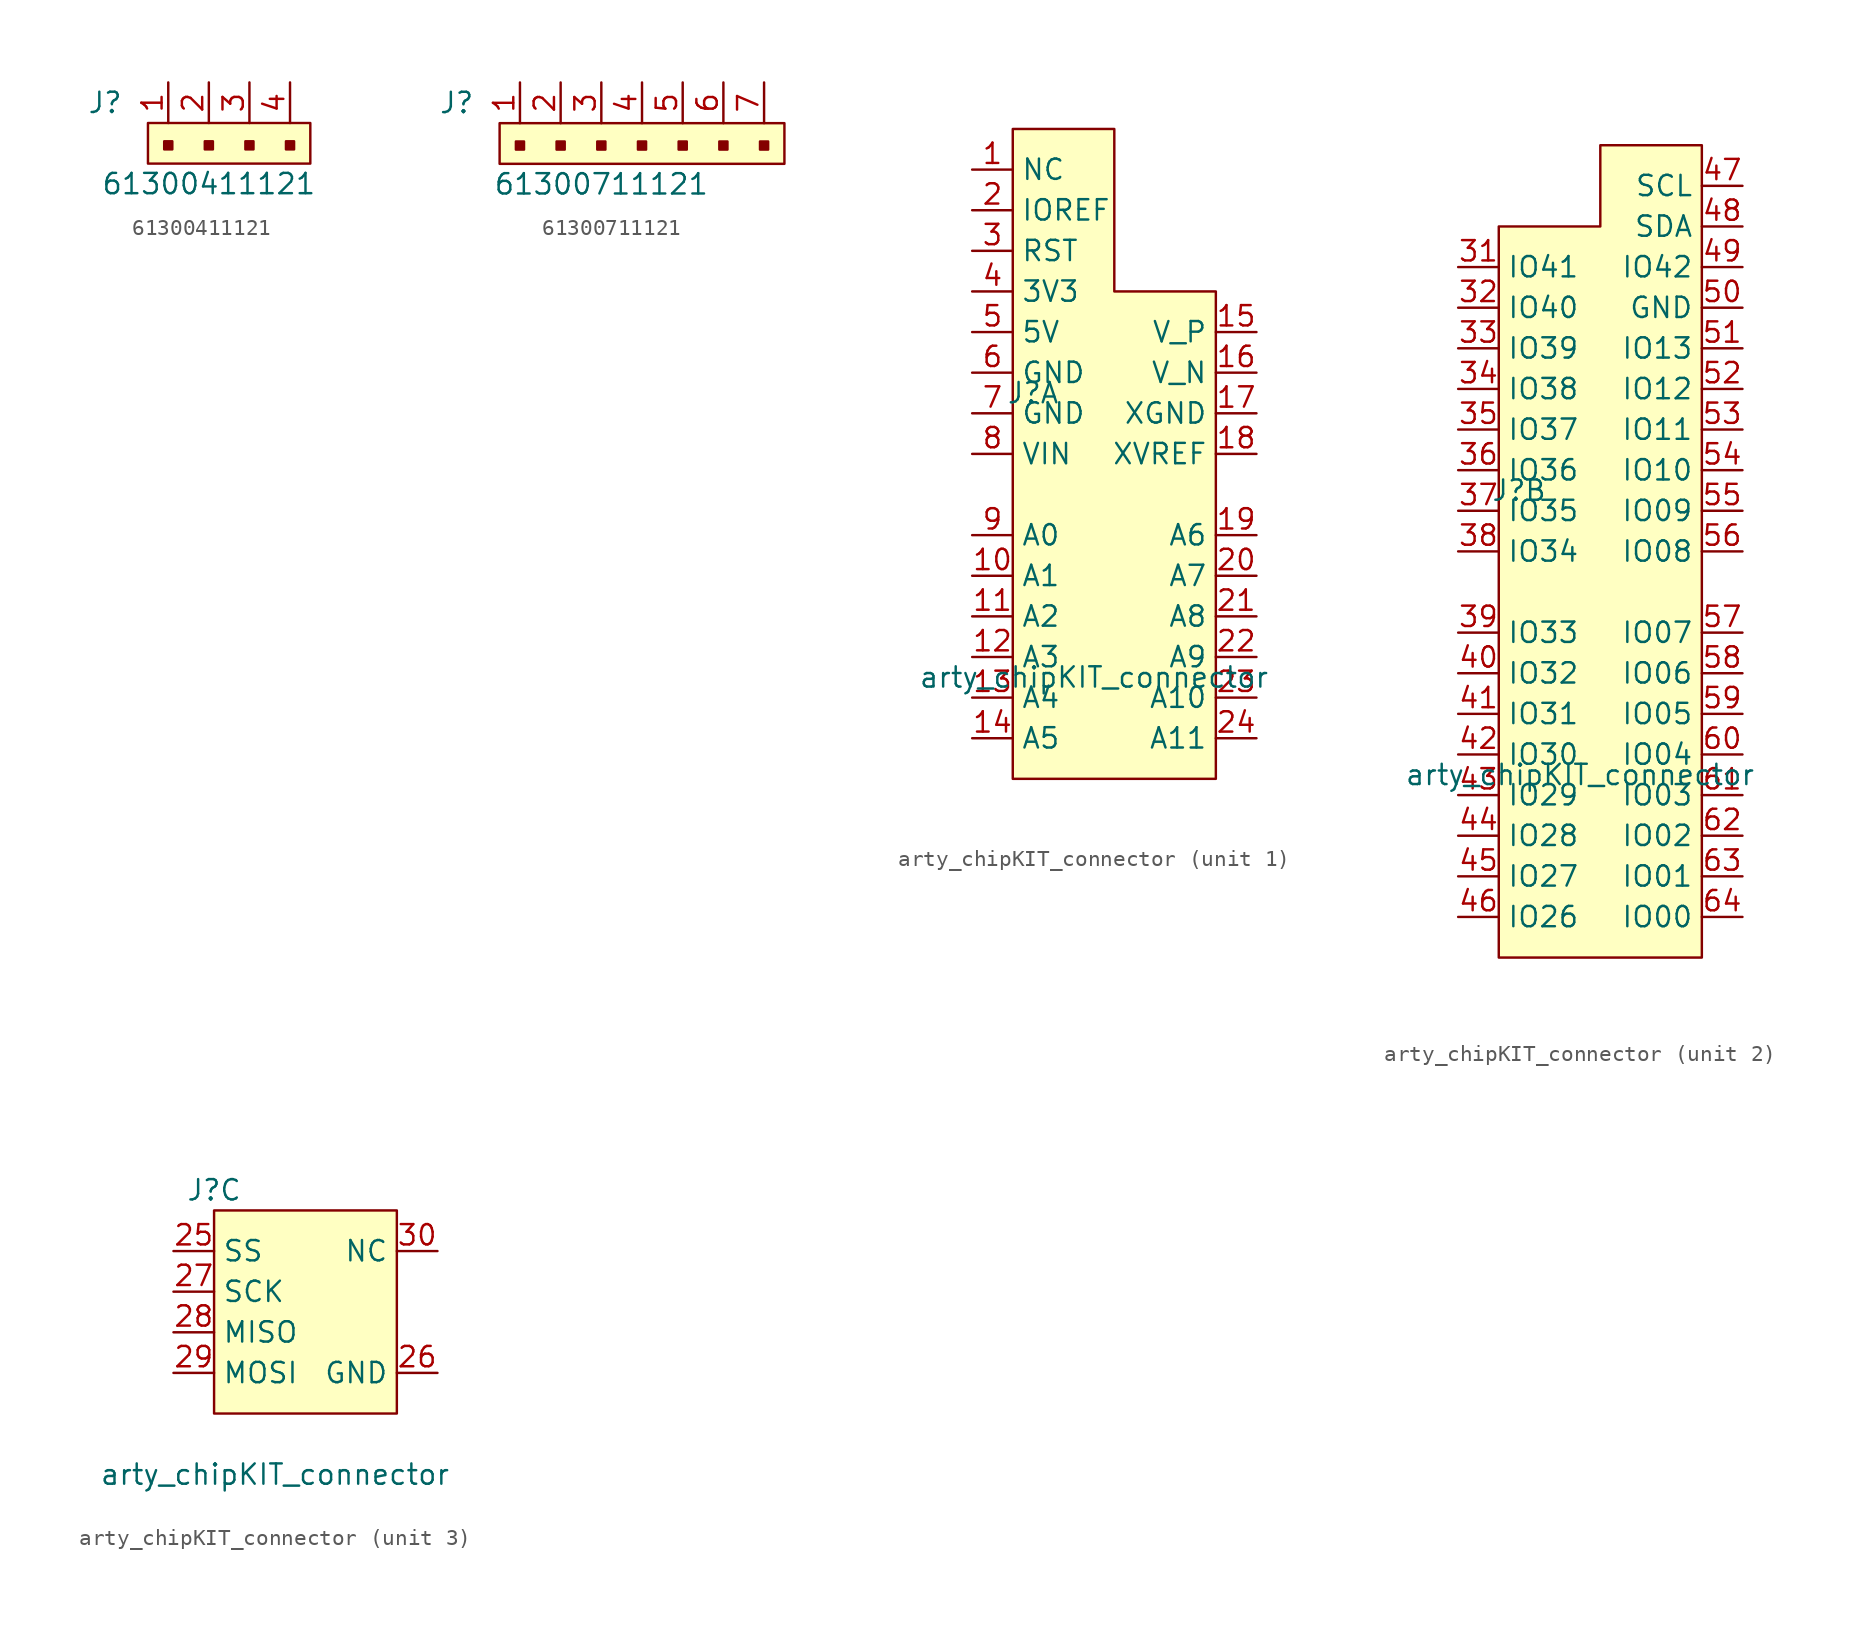
<source format=kicad_sym>
(kicad_symbol_lib
  (version 20211014)
  (generator kicad_symbol_editor)
  (symbol "61300411121"
    (pin_names
      (offset 1.016))
    (property "Reference" "J"
      (at -5.08 2.54 0)
      (effects (font (size 1.27 1.27)) (justify left)))
    (property "Value" "61300411121"
      (at 2.54 -2.54 0)
      (effects (font (size 1.27 1.27))))
    (symbol "61300411121_0_1"
      (rectangle (start -1.27 1.27) (end 8.89 -1.27) (stroke (width 0) (type default) (color 0 0 0 0)) (fill (type background))))
    (symbol "61300411121_1_1"
      (rectangle (start -0.254 0.127) (end 0.254 -0.381) (stroke (width 0) (type default) (color 0 0 0 0)) (fill (type outline)))
      (rectangle (start 2.286 0.127) (end 2.794 -0.381) (stroke (width 0) (type default) (color 0 0 0 0)) (fill (type outline)))
      (rectangle (start 4.826 0.127) (end 5.334 -0.381) (stroke (width 0) (type default) (color 0 0 0 0)) (fill (type outline)))
      (rectangle (start 7.366 0.127) (end 7.874 -0.381) (stroke (width 0) (type default) (color 0 0 0 0)) (fill (type outline)))
      (pin passive line (at 0 3.81 270) (length 2.54) (name "~" (effects (font (size 1.27 1.27)))) (number "1" (effects (font (size 1.27 1.27)))))
      (pin passive line (at 2.54 3.81 270) (length 2.54) (name "~" (effects (font (size 1.27 1.27)))) (number "2" (effects (font (size 1.27 1.27)))))
      (pin passive line (at 5.08 3.81 270) (length 2.54) (name "~" (effects (font (size 1.27 1.27)))) (number "3" (effects (font (size 1.27 1.27)))))
      (pin passive line (at 7.62 3.81 270) (length 2.54) (name "~" (effects (font (size 1.27 1.27)))) (number "4" (effects (font (size 1.27 1.27)))))))
  (symbol "61300711121"
    (pin_names
      (offset 1.016))
    (property "Reference" "J"
      (at -5.08 2.54 0)
      (effects (font (size 1.27 1.27)) (justify left)))
    (property "Value" "61300711121"
      (at 5.08 -2.54 0)
      (effects (font (size 1.27 1.27))))
    (symbol "61300711121_0_1"
      (rectangle (start -1.27 1.27) (end 16.51 -1.27) (stroke (width 0) (type default) (color 0 0 0 0)) (fill (type background))))
    (symbol "61300711121_1_1"
      (rectangle (start -0.254 0.127) (end 0.254 -0.381) (stroke (width 0) (type default) (color 0 0 0 0)) (fill (type outline)))
      (rectangle (start 2.286 0.127) (end 2.794 -0.381) (stroke (width 0) (type default) (color 0 0 0 0)) (fill (type outline)))
      (rectangle (start 4.826 0.127) (end 5.334 -0.381) (stroke (width 0) (type default) (color 0 0 0 0)) (fill (type outline)))
      (rectangle (start 7.366 0.127) (end 7.874 -0.381) (stroke (width 0) (type default) (color 0 0 0 0)) (fill (type outline)))
      (rectangle (start 9.906 0.127) (end 10.414 -0.381) (stroke (width 0) (type default) (color 0 0 0 0)) (fill (type outline)))
      (rectangle (start 12.446 0.127) (end 12.954 -0.381) (stroke (width 0) (type default) (color 0 0 0 0)) (fill (type outline)))
      (rectangle (start 14.986 0.127) (end 15.494 -0.381) (stroke (width 0) (type default) (color 0 0 0 0)) (fill (type outline)))
      (pin passive line (at 0 3.81 270) (length 2.54) (name "~" (effects (font (size 1.27 1.27)))) (number "1" (effects (font (size 1.27 1.27)))))
      (pin passive line (at 2.54 3.81 270) (length 2.54) (name "~" (effects (font (size 1.27 1.27)))) (number "2" (effects (font (size 1.27 1.27)))))
      (pin passive line (at 5.08 3.81 270) (length 2.54) (name "~" (effects (font (size 1.27 1.27)))) (number "3" (effects (font (size 1.27 1.27)))))
      (pin passive line (at 7.62 3.81 270) (length 2.54) (name "~" (effects (font (size 1.27 1.27)))) (number "4" (effects (font (size 1.27 1.27)))))
      (pin passive line (at 10.16 3.81 270) (length 2.54) (name "~" (effects (font (size 1.27 1.27)))) (number "5" (effects (font (size 1.27 1.27)))))
      (pin passive line (at 12.7 3.81 270) (length 2.54) (name "~" (effects (font (size 1.27 1.27)))) (number "6" (effects (font (size 1.27 1.27)))))
      (pin passive line (at 15.24 3.81 270) (length 2.54) (name "~" (effects (font (size 1.27 1.27)))) (number "7" (effects (font (size 1.27 1.27)))))))
  (symbol "arty_chipKIT_connector"
    (property "Reference" "J"
      (at -5.08 6.35 0)
      (effects (font (size 1.27 1.27))))
    (property "Value" "arty_chipKIT_connector"
      (at -1.27 -11.43 0)
      (effects (font (size 1.27 1.27))))
    (property "ki_locked" ""
      (at 0 0 0)
      (effects (font (size 1.27 1.27))))
    (symbol "arty_chipKIT_connector_1_1"
      (polyline (pts (xy -6.35 22.86) (xy 0 22.86) (xy 0 12.7) (xy 6.35 12.7) (xy 6.35 -17.78) (xy -6.35 -17.78) (xy -6.35 22.86)) (stroke (width 0) (type default) (color 0 0 0 0)) (fill (type background)))
      (pin input line (at -8.89 20.32 0) (length 2.54) (name "NC" (effects (font (size 1.27 1.27)))) (number "1" (effects (font (size 1.27 1.27)))))
      (pin input line (at -8.89 -5.08 0) (length 2.54) (name "A1" (effects (font (size 1.27 1.27)))) (number "10" (effects (font (size 1.27 1.27)))))
      (pin input line (at -8.89 -7.62 0) (length 2.54) (name "A2" (effects (font (size 1.27 1.27)))) (number "11" (effects (font (size 1.27 1.27)))))
      (pin input line (at -8.89 -10.16 0) (length 2.54) (name "A3" (effects (font (size 1.27 1.27)))) (number "12" (effects (font (size 1.27 1.27)))))
      (pin input line (at -8.89 -12.7 0) (length 2.54) (name "A4" (effects (font (size 1.27 1.27)))) (number "13" (effects (font (size 1.27 1.27)))))
      (pin input line (at -8.89 -15.24 0) (length 2.54) (name "A5" (effects (font (size 1.27 1.27)))) (number "14" (effects (font (size 1.27 1.27)))))
      (pin input line (at 8.89 10.16 180) (length 2.54) (name "V_P" (effects (font (size 1.27 1.27)))) (number "15" (effects (font (size 1.27 1.27)))))
      (pin input line (at 8.89 7.62 180) (length 2.54) (name "V_N" (effects (font (size 1.27 1.27)))) (number "16" (effects (font (size 1.27 1.27)))))
      (pin input line (at 8.89 5.08 180) (length 2.54) (name "XGND" (effects (font (size 1.27 1.27)))) (number "17" (effects (font (size 1.27 1.27)))))
      (pin input line (at 8.89 2.54 180) (length 2.54) (name "XVREF" (effects (font (size 1.27 1.27)))) (number "18" (effects (font (size 1.27 1.27)))))
      (pin input line (at 8.89 -2.54 180) (length 2.54) (name "A6" (effects (font (size 1.27 1.27)))) (number "19" (effects (font (size 1.27 1.27)))))
      (pin input line (at -8.89 17.78 0) (length 2.54) (name "IOREF" (effects (font (size 1.27 1.27)))) (number "2" (effects (font (size 1.27 1.27)))))
      (pin input line (at 8.89 -5.08 180) (length 2.54) (name "A7" (effects (font (size 1.27 1.27)))) (number "20" (effects (font (size 1.27 1.27)))))
      (pin input line (at 8.89 -7.62 180) (length 2.54) (name "A8" (effects (font (size 1.27 1.27)))) (number "21" (effects (font (size 1.27 1.27)))))
      (pin input line (at 8.89 -10.16 180) (length 2.54) (name "A9" (effects (font (size 1.27 1.27)))) (number "22" (effects (font (size 1.27 1.27)))))
      (pin input line (at 8.89 -12.7 180) (length 2.54) (name "A10" (effects (font (size 1.27 1.27)))) (number "23" (effects (font (size 1.27 1.27)))))
      (pin input line (at 8.89 -15.24 180) (length 2.54) (name "A11" (effects (font (size 1.27 1.27)))) (number "24" (effects (font (size 1.27 1.27)))))
      (pin input line (at -8.89 15.24 0) (length 2.54) (name "RST" (effects (font (size 1.27 1.27)))) (number "3" (effects (font (size 1.27 1.27)))))
      (pin input line (at -8.89 12.7 0) (length 2.54) (name "3V3" (effects (font (size 1.27 1.27)))) (number "4" (effects (font (size 1.27 1.27)))))
      (pin input line (at -8.89 10.16 0) (length 2.54) (name "5V" (effects (font (size 1.27 1.27)))) (number "5" (effects (font (size 1.27 1.27)))))
      (pin input line (at -8.89 7.62 0) (length 2.54) (name "GND" (effects (font (size 1.27 1.27)))) (number "6" (effects (font (size 1.27 1.27)))))
      (pin input line (at -8.89 5.08 0) (length 2.54) (name "GND" (effects (font (size 1.27 1.27)))) (number "7" (effects (font (size 1.27 1.27)))))
      (pin input line (at -8.89 2.54 0) (length 2.54) (name "VIN" (effects (font (size 1.27 1.27)))) (number "8" (effects (font (size 1.27 1.27)))))
      (pin input line (at -8.89 -2.54 0) (length 2.54) (name "A0" (effects (font (size 1.27 1.27)))) (number "9" (effects (font (size 1.27 1.27))))))
    (symbol "arty_chipKIT_connector_2_1"
      (polyline (pts (xy -6.35 22.86) (xy 0 22.86) (xy 0 27.94) (xy 6.35 27.94) (xy 6.35 -22.86) (xy -6.35 -22.86) (xy -6.35 22.86)) (stroke (width 0) (type default) (color 0 0 0 0)) (fill (type background)))
      (pin input line (at -8.89 20.32 0) (length 2.54) (name "IO41" (effects (font (size 1.27 1.27)))) (number "31" (effects (font (size 1.27 1.27)))))
      (pin input line (at -8.89 17.78 0) (length 2.54) (name "IO40" (effects (font (size 1.27 1.27)))) (number "32" (effects (font (size 1.27 1.27)))))
      (pin input line (at -8.89 15.24 0) (length 2.54) (name "IO39" (effects (font (size 1.27 1.27)))) (number "33" (effects (font (size 1.27 1.27)))))
      (pin input line (at -8.89 12.7 0) (length 2.54) (name "IO38" (effects (font (size 1.27 1.27)))) (number "34" (effects (font (size 1.27 1.27)))))
      (pin input line (at -8.89 10.16 0) (length 2.54) (name "IO37" (effects (font (size 1.27 1.27)))) (number "35" (effects (font (size 1.27 1.27)))))
      (pin input line (at -8.89 7.62 0) (length 2.54) (name "IO36" (effects (font (size 1.27 1.27)))) (number "36" (effects (font (size 1.27 1.27)))))
      (pin input line (at -8.89 5.08 0) (length 2.54) (name "IO35" (effects (font (size 1.27 1.27)))) (number "37" (effects (font (size 1.27 1.27)))))
      (pin input line (at -8.89 2.54 0) (length 2.54) (name "IO34" (effects (font (size 1.27 1.27)))) (number "38" (effects (font (size 1.27 1.27)))))
      (pin input line (at -8.89 -2.54 0) (length 2.54) (name "IO33" (effects (font (size 1.27 1.27)))) (number "39" (effects (font (size 1.27 1.27)))))
      (pin input line (at -8.89 -5.08 0) (length 2.54) (name "IO32" (effects (font (size 1.27 1.27)))) (number "40" (effects (font (size 1.27 1.27)))))
      (pin input line (at -8.89 -7.62 0) (length 2.54) (name "IO31" (effects (font (size 1.27 1.27)))) (number "41" (effects (font (size 1.27 1.27)))))
      (pin input line (at -8.89 -10.16 0) (length 2.54) (name "IO30" (effects (font (size 1.27 1.27)))) (number "42" (effects (font (size 1.27 1.27)))))
      (pin input line (at -8.89 -12.7 0) (length 2.54) (name "IO29" (effects (font (size 1.27 1.27)))) (number "43" (effects (font (size 1.27 1.27)))))
      (pin input line (at -8.89 -15.24 0) (length 2.54) (name "IO28" (effects (font (size 1.27 1.27)))) (number "44" (effects (font (size 1.27 1.27)))))
      (pin input line (at -8.89 -17.78 0) (length 2.54) (name "IO27" (effects (font (size 1.27 1.27)))) (number "45" (effects (font (size 1.27 1.27)))))
      (pin input line (at -8.89 -20.32 0) (length 2.54) (name "IO26" (effects (font (size 1.27 1.27)))) (number "46" (effects (font (size 1.27 1.27)))))
      (pin input line (at 8.89 25.4 180) (length 2.54) (name "SCL" (effects (font (size 1.27 1.27)))) (number "47" (effects (font (size 1.27 1.27)))))
      (pin input line (at 8.89 22.86 180) (length 2.54) (name "SDA" (effects (font (size 1.27 1.27)))) (number "48" (effects (font (size 1.27 1.27)))))
      (pin input line (at 8.89 20.32 180) (length 2.54) (name "IO42" (effects (font (size 1.27 1.27)))) (number "49" (effects (font (size 1.27 1.27)))))
      (pin input line (at 8.89 17.78 180) (length 2.54) (name "GND" (effects (font (size 1.27 1.27)))) (number "50" (effects (font (size 1.27 1.27)))))
      (pin input line (at 8.89 15.24 180) (length 2.54) (name "IO13" (effects (font (size 1.27 1.27)))) (number "51" (effects (font (size 1.27 1.27)))))
      (pin input line (at 8.89 12.7 180) (length 2.54) (name "IO12" (effects (font (size 1.27 1.27)))) (number "52" (effects (font (size 1.27 1.27)))))
      (pin input line (at 8.89 10.16 180) (length 2.54) (name "IO11" (effects (font (size 1.27 1.27)))) (number "53" (effects (font (size 1.27 1.27)))))
      (pin input line (at 8.89 7.62 180) (length 2.54) (name "IO10" (effects (font (size 1.27 1.27)))) (number "54" (effects (font (size 1.27 1.27)))))
      (pin input line (at 8.89 5.08 180) (length 2.54) (name "IO09" (effects (font (size 1.27 1.27)))) (number "55" (effects (font (size 1.27 1.27)))))
      (pin input line (at 8.89 2.54 180) (length 2.54) (name "IO08" (effects (font (size 1.27 1.27)))) (number "56" (effects (font (size 1.27 1.27)))))
      (pin input line (at 8.89 -2.54 180) (length 2.54) (name "IO07" (effects (font (size 1.27 1.27)))) (number "57" (effects (font (size 1.27 1.27)))))
      (pin input line (at 8.89 -5.08 180) (length 2.54) (name "IO06" (effects (font (size 1.27 1.27)))) (number "58" (effects (font (size 1.27 1.27)))))
      (pin input line (at 8.89 -7.62 180) (length 2.54) (name "IO05" (effects (font (size 1.27 1.27)))) (number "59" (effects (font (size 1.27 1.27)))))
      (pin input line (at 8.89 -10.16 180) (length 2.54) (name "IO04" (effects (font (size 1.27 1.27)))) (number "60" (effects (font (size 1.27 1.27)))))
      (pin input line (at 8.89 -12.7 180) (length 2.54) (name "IO03" (effects (font (size 1.27 1.27)))) (number "61" (effects (font (size 1.27 1.27)))))
      (pin input line (at 8.89 -15.24 180) (length 2.54) (name "IO02" (effects (font (size 1.27 1.27)))) (number "62" (effects (font (size 1.27 1.27)))))
      (pin input line (at 8.89 -17.78 180) (length 2.54) (name "IO01" (effects (font (size 1.27 1.27)))) (number "63" (effects (font (size 1.27 1.27)))))
      (pin input line (at 8.89 -20.32 180) (length 2.54) (name "IO00" (effects (font (size 1.27 1.27)))) (number "64" (effects (font (size 1.27 1.27))))))
    (symbol "arty_chipKIT_connector_3_0"
      (rectangle (start -5.08 5.08) (end 6.35 -7.62) (stroke (width 0.152) (type default) (color 0 0 0 0)) (fill (type background))))
    (symbol "arty_chipKIT_connector_3_1"
      (pin input line (at -7.62 2.54 0) (length 2.54) (name "SS" (effects (font (size 1.27 1.27)))) (number "25" (effects (font (size 1.27 1.27)))))
      (pin input line (at 8.89 -5.08 180) (length 2.54) (name "GND" (effects (font (size 1.27 1.27)))) (number "26" (effects (font (size 1.27 1.27)))))
      (pin input line (at -7.62 0 0) (length 2.54) (name "SCK" (effects (font (size 1.27 1.27)))) (number "27" (effects (font (size 1.27 1.27)))))
      (pin input line (at -7.62 -2.54 0) (length 2.54) (name "MISO" (effects (font (size 1.27 1.27)))) (number "28" (effects (font (size 1.27 1.27)))))
      (pin input line (at -7.62 -5.08 0) (length 2.54) (name "MOSI" (effects (font (size 1.27 1.27)))) (number "29" (effects (font (size 1.27 1.27)))))
      (pin input line (at 8.89 2.54 180) (length 2.54) (name "NC" (effects (font (size 1.27 1.27)))) (number "30" (effects (font (size 1.27 1.27))))))))
</source>
